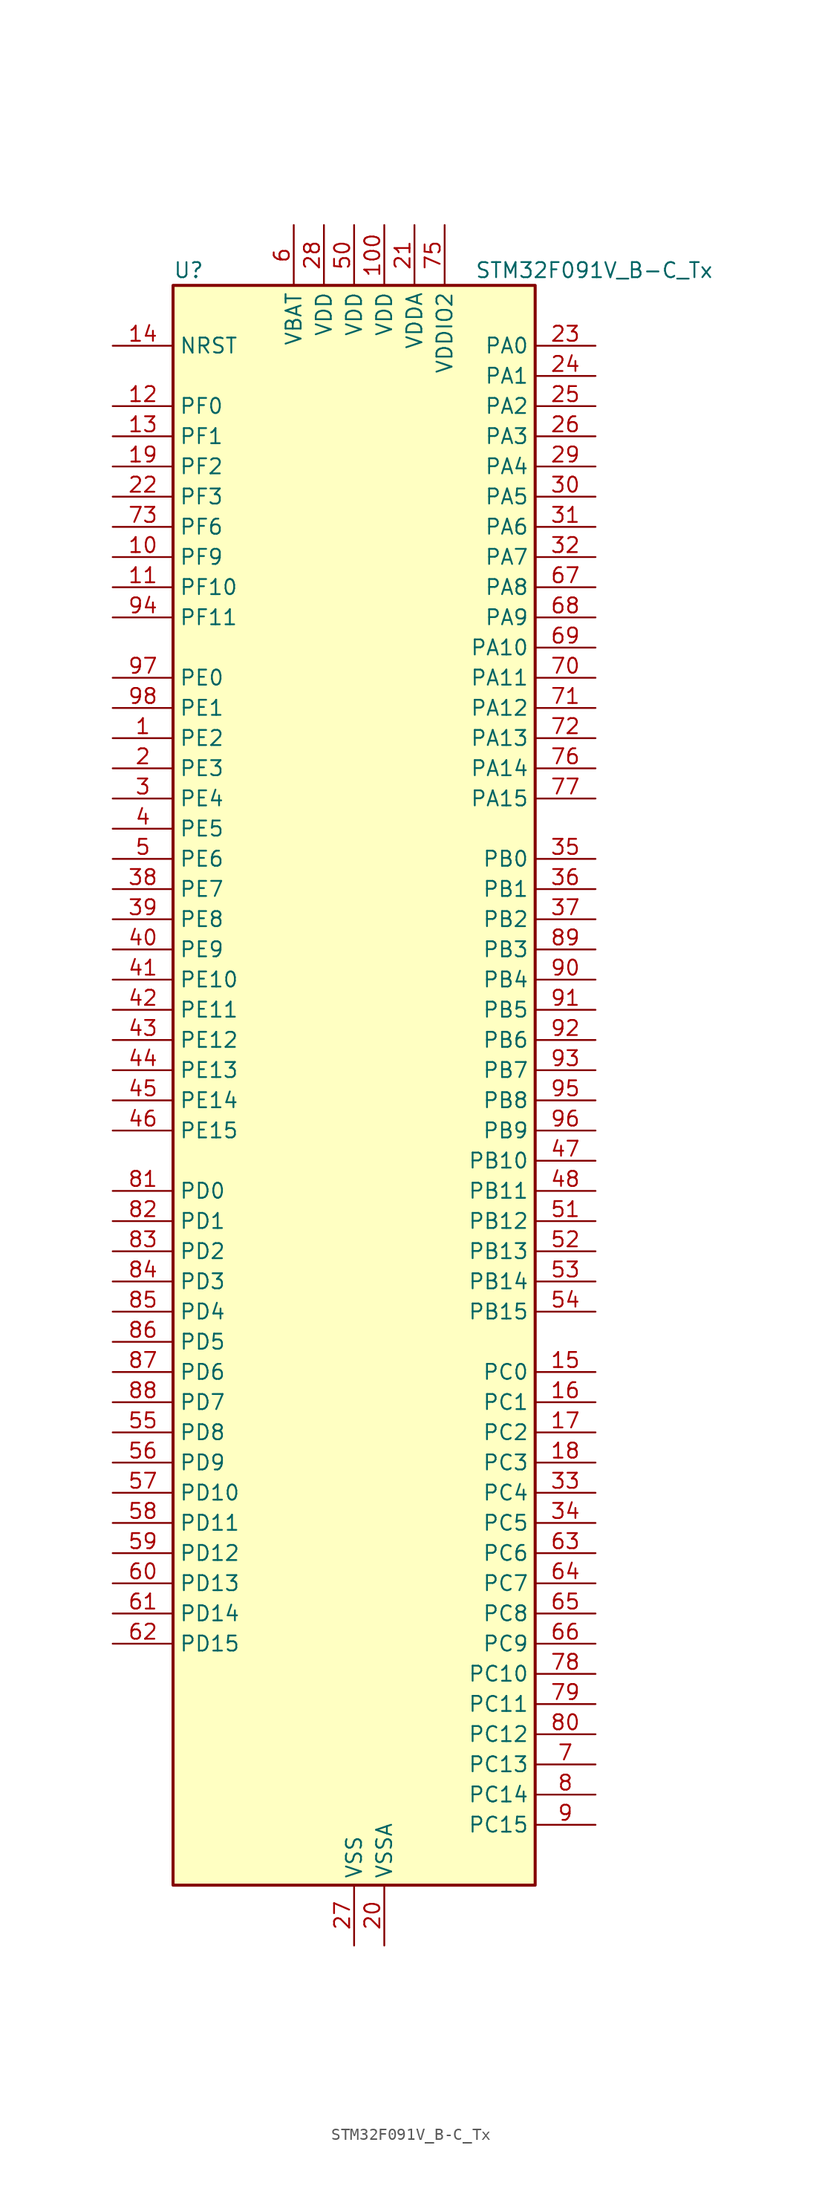
<source format=kicad_sym>
(kicad_symbol_lib
  (version 20241209)
  (generator "kicad_symbol_editor")
  (generator_version "9.0")
  (symbol "STM32F091V_B-C_Tx"
    (property "Reference" "U"
      (at -15.24 69.85 0)
      (effects (font (size 1.27 1.27)) (justify left)))
    (property "Value" "STM32F091V_B-C_Tx"
      (at 10.16 69.85 0)
      (effects (font (size 1.27 1.27)) (justify left)))
    (symbol "STM32F091V_B-C_Tx_0_1"
      (rectangle (start -15.24 -66.04) (end 15.24 68.58) (stroke (width 0.254) (type default)) (fill (type background))))
    (symbol "STM32F091V_B-C_Tx_1_1"
      (pin input line (at -20.32 63.5 0) (length 5.08) (name "NRST" (effects (font (size 1.27 1.27)))) (number "14" (effects (font (size 1.27 1.27)))))
      (pin bidirectional line (at -20.32 58.42 0) (length 5.08) (name "PF0" (effects (font (size 1.27 1.27)))) (number "12" (effects (font (size 1.27 1.27)))) (alternate "CRS_SYNC" bidirectional line) (alternate "I2C1_SDA" bidirectional line) (alternate "RCC_OSC_IN" bidirectional line))
      (pin bidirectional line (at -20.32 55.88 0) (length 5.08) (name "PF1" (effects (font (size 1.27 1.27)))) (number "13" (effects (font (size 1.27 1.27)))) (alternate "I2C1_SCL" bidirectional line) (alternate "RCC_OSC_OUT" bidirectional line))
      (pin bidirectional line (at -20.32 53.34 0) (length 5.08) (name "PF2" (effects (font (size 1.27 1.27)))) (number "19" (effects (font (size 1.27 1.27)))) (alternate "SYS_WKUP8" bidirectional line) (alternate "USART7_CK" bidirectional line) (alternate "USART7_DE" bidirectional line) (alternate "USART7_RTS" bidirectional line) (alternate "USART7_TX" bidirectional line))
      (pin bidirectional line (at -20.32 50.8 0) (length 5.08) (name "PF3" (effects (font (size 1.27 1.27)))) (number "22" (effects (font (size 1.27 1.27)))) (alternate "USART6_CK" bidirectional line) (alternate "USART6_DE" bidirectional line) (alternate "USART6_RTS" bidirectional line) (alternate "USART7_RX" bidirectional line))
      (pin bidirectional line (at -20.32 48.26 0) (length 5.08) (name "PF6" (effects (font (size 1.27 1.27)))) (number "73" (effects (font (size 1.27 1.27)))))
      (pin bidirectional line (at -20.32 45.72 0) (length 5.08) (name "PF9" (effects (font (size 1.27 1.27)))) (number "10" (effects (font (size 1.27 1.27)))) (alternate "DAC_EXTI9" bidirectional line) (alternate "TIM15_CH1" bidirectional line) (alternate "USART6_TX" bidirectional line))
      (pin bidirectional line (at -20.32 43.18 0) (length 5.08) (name "PF10" (effects (font (size 1.27 1.27)))) (number "11" (effects (font (size 1.27 1.27)))) (alternate "TIM15_CH2" bidirectional line) (alternate "USART6_RX" bidirectional line))
      (pin bidirectional line (at -20.32 40.64 0) (length 5.08) (name "PF11" (effects (font (size 1.27 1.27)))) (number "94" (effects (font (size 1.27 1.27)))))
      (pin bidirectional line (at -20.32 35.56 0) (length 5.08) (name "PE0" (effects (font (size 1.27 1.27)))) (number "97" (effects (font (size 1.27 1.27)))) (alternate "TIM16_CH1" bidirectional line))
      (pin bidirectional line (at -20.32 33.02 0) (length 5.08) (name "PE1" (effects (font (size 1.27 1.27)))) (number "98" (effects (font (size 1.27 1.27)))) (alternate "TIM17_CH1" bidirectional line))
      (pin bidirectional line (at -20.32 30.48 0) (length 5.08) (name "PE2" (effects (font (size 1.27 1.27)))) (number "1" (effects (font (size 1.27 1.27)))) (alternate "TIM3_ETR" bidirectional line) (alternate "TSC_G7_IO1" bidirectional line))
      (pin bidirectional line (at -20.32 27.94 0) (length 5.08) (name "PE3" (effects (font (size 1.27 1.27)))) (number "2" (effects (font (size 1.27 1.27)))) (alternate "TIM3_CH1" bidirectional line) (alternate "TSC_G7_IO2" bidirectional line))
      (pin bidirectional line (at -20.32 25.4 0) (length 5.08) (name "PE4" (effects (font (size 1.27 1.27)))) (number "3" (effects (font (size 1.27 1.27)))) (alternate "TIM3_CH2" bidirectional line) (alternate "TSC_G7_IO3" bidirectional line))
      (pin bidirectional line (at -20.32 22.86 0) (length 5.08) (name "PE5" (effects (font (size 1.27 1.27)))) (number "4" (effects (font (size 1.27 1.27)))) (alternate "TIM3_CH3" bidirectional line) (alternate "TSC_G7_IO4" bidirectional line))
      (pin bidirectional line (at -20.32 20.32 0) (length 5.08) (name "PE6" (effects (font (size 1.27 1.27)))) (number "5" (effects (font (size 1.27 1.27)))) (alternate "RTC_TAMP3" bidirectional line) (alternate "SYS_WKUP3" bidirectional line) (alternate "TIM3_CH4" bidirectional line))
      (pin bidirectional line (at -20.32 17.78 0) (length 5.08) (name "PE7" (effects (font (size 1.27 1.27)))) (number "38" (effects (font (size 1.27 1.27)))) (alternate "TIM1_ETR" bidirectional line) (alternate "USART5_CK" bidirectional line) (alternate "USART5_DE" bidirectional line) (alternate "USART5_RTS" bidirectional line))
      (pin bidirectional line (at -20.32 15.24 0) (length 5.08) (name "PE8" (effects (font (size 1.27 1.27)))) (number "39" (effects (font (size 1.27 1.27)))) (alternate "TIM1_CH1N" bidirectional line) (alternate "USART4_TX" bidirectional line))
      (pin bidirectional line (at -20.32 12.7 0) (length 5.08) (name "PE9" (effects (font (size 1.27 1.27)))) (number "40" (effects (font (size 1.27 1.27)))) (alternate "DAC_EXTI9" bidirectional line) (alternate "TIM1_CH1" bidirectional line) (alternate "USART4_RX" bidirectional line))
      (pin bidirectional line (at -20.32 10.16 0) (length 5.08) (name "PE10" (effects (font (size 1.27 1.27)))) (number "41" (effects (font (size 1.27 1.27)))) (alternate "TIM1_CH2N" bidirectional line) (alternate "USART5_TX" bidirectional line))
      (pin bidirectional line (at -20.32 7.62 0) (length 5.08) (name "PE11" (effects (font (size 1.27 1.27)))) (number "42" (effects (font (size 1.27 1.27)))) (alternate "TIM1_CH2" bidirectional line) (alternate "USART5_RX" bidirectional line))
      (pin bidirectional line (at -20.32 5.08 0) (length 5.08) (name "PE12" (effects (font (size 1.27 1.27)))) (number "43" (effects (font (size 1.27 1.27)))) (alternate "I2S1_WS" bidirectional line) (alternate "SPI1_NSS" bidirectional line) (alternate "TIM1_CH3N" bidirectional line))
      (pin bidirectional line (at -20.32 2.54 0) (length 5.08) (name "PE13" (effects (font (size 1.27 1.27)))) (number "44" (effects (font (size 1.27 1.27)))) (alternate "I2S1_CK" bidirectional line) (alternate "SPI1_SCK" bidirectional line) (alternate "TIM1_CH3" bidirectional line))
      (pin bidirectional line (at -20.32 0 0) (length 5.08) (name "PE14" (effects (font (size 1.27 1.27)))) (number "45" (effects (font (size 1.27 1.27)))) (alternate "I2S1_MCK" bidirectional line) (alternate "SPI1_MISO" bidirectional line) (alternate "TIM1_CH4" bidirectional line))
      (pin bidirectional line (at -20.32 -2.54 0) (length 5.08) (name "PE15" (effects (font (size 1.27 1.27)))) (number "46" (effects (font (size 1.27 1.27)))) (alternate "I2S1_SD" bidirectional line) (alternate "SPI1_MOSI" bidirectional line) (alternate "TIM1_BKIN" bidirectional line))
      (pin bidirectional line (at -20.32 -7.62 0) (length 5.08) (name "PD0" (effects (font (size 1.27 1.27)))) (number "81" (effects (font (size 1.27 1.27)))) (alternate "CAN_RX" bidirectional line) (alternate "I2S2_WS" bidirectional line) (alternate "SPI2_NSS" bidirectional line))
      (pin bidirectional line (at -20.32 -10.16 0) (length 5.08) (name "PD1" (effects (font (size 1.27 1.27)))) (number "82" (effects (font (size 1.27 1.27)))) (alternate "CAN_TX" bidirectional line) (alternate "I2S2_CK" bidirectional line) (alternate "SPI2_SCK" bidirectional line))
      (pin bidirectional line (at -20.32 -12.7 0) (length 5.08) (name "PD2" (effects (font (size 1.27 1.27)))) (number "83" (effects (font (size 1.27 1.27)))) (alternate "TIM3_ETR" bidirectional line) (alternate "USART3_DE" bidirectional line) (alternate "USART3_RTS" bidirectional line) (alternate "USART5_RX" bidirectional line))
      (pin bidirectional line (at -20.32 -15.24 0) (length 5.08) (name "PD3" (effects (font (size 1.27 1.27)))) (number "84" (effects (font (size 1.27 1.27)))) (alternate "I2S2_MCK" bidirectional line) (alternate "SPI2_MISO" bidirectional line) (alternate "USART2_CTS" bidirectional line))
      (pin bidirectional line (at -20.32 -17.78 0) (length 5.08) (name "PD4" (effects (font (size 1.27 1.27)))) (number "85" (effects (font (size 1.27 1.27)))) (alternate "I2S2_SD" bidirectional line) (alternate "SPI2_MOSI" bidirectional line) (alternate "USART2_DE" bidirectional line) (alternate "USART2_RTS" bidirectional line))
      (pin bidirectional line (at -20.32 -20.32 0) (length 5.08) (name "PD5" (effects (font (size 1.27 1.27)))) (number "86" (effects (font (size 1.27 1.27)))) (alternate "USART2_TX" bidirectional line))
      (pin bidirectional line (at -20.32 -22.86 0) (length 5.08) (name "PD6" (effects (font (size 1.27 1.27)))) (number "87" (effects (font (size 1.27 1.27)))) (alternate "USART2_RX" bidirectional line))
      (pin bidirectional line (at -20.32 -25.4 0) (length 5.08) (name "PD7" (effects (font (size 1.27 1.27)))) (number "88" (effects (font (size 1.27 1.27)))) (alternate "USART2_CK" bidirectional line))
      (pin bidirectional line (at -20.32 -27.94 0) (length 5.08) (name "PD8" (effects (font (size 1.27 1.27)))) (number "55" (effects (font (size 1.27 1.27)))) (alternate "USART3_TX" bidirectional line))
      (pin bidirectional line (at -20.32 -30.48 0) (length 5.08) (name "PD9" (effects (font (size 1.27 1.27)))) (number "56" (effects (font (size 1.27 1.27)))) (alternate "DAC_EXTI9" bidirectional line) (alternate "USART3_RX" bidirectional line))
      (pin bidirectional line (at -20.32 -33.02 0) (length 5.08) (name "PD10" (effects (font (size 1.27 1.27)))) (number "57" (effects (font (size 1.27 1.27)))) (alternate "USART3_CK" bidirectional line))
      (pin bidirectional line (at -20.32 -35.56 0) (length 5.08) (name "PD11" (effects (font (size 1.27 1.27)))) (number "58" (effects (font (size 1.27 1.27)))) (alternate "USART3_CTS" bidirectional line))
      (pin bidirectional line (at -20.32 -38.1 0) (length 5.08) (name "PD12" (effects (font (size 1.27 1.27)))) (number "59" (effects (font (size 1.27 1.27)))) (alternate "TSC_G8_IO1" bidirectional line) (alternate "USART3_DE" bidirectional line) (alternate "USART3_RTS" bidirectional line) (alternate "USART8_CK" bidirectional line) (alternate "USART8_DE" bidirectional line) (alternate "USART8_RTS" bidirectional line))
      (pin bidirectional line (at -20.32 -40.64 0) (length 5.08) (name "PD13" (effects (font (size 1.27 1.27)))) (number "60" (effects (font (size 1.27 1.27)))) (alternate "TSC_G8_IO2" bidirectional line) (alternate "USART8_TX" bidirectional line))
      (pin bidirectional line (at -20.32 -43.18 0) (length 5.08) (name "PD14" (effects (font (size 1.27 1.27)))) (number "61" (effects (font (size 1.27 1.27)))) (alternate "TSC_G8_IO3" bidirectional line) (alternate "USART8_RX" bidirectional line))
      (pin bidirectional line (at -20.32 -45.72 0) (length 5.08) (name "PD15" (effects (font (size 1.27 1.27)))) (number "62" (effects (font (size 1.27 1.27)))) (alternate "CRS_SYNC" bidirectional line) (alternate "TSC_G8_IO4" bidirectional line) (alternate "USART7_CK" bidirectional line) (alternate "USART7_DE" bidirectional line) (alternate "USART7_RTS" bidirectional line))
      (pin power_in line (at -5.08 73.66 270) (length 5.08) (name "VBAT" (effects (font (size 1.27 1.27)))) (number "6" (effects (font (size 1.27 1.27)))))
      (pin power_in line (at -2.54 73.66 270) (length 5.08) (name "VDD" (effects (font (size 1.27 1.27)))) (number "28" (effects (font (size 1.27 1.27)))))
      (pin power_in line (at 0 73.66 270) (length 5.08) (name "VDD" (effects (font (size 1.27 1.27)))) (number "50" (effects (font (size 1.27 1.27)))))
      (pin power_in line (at 0 -71.12 90) (length 5.08) (name "VSS" (effects (font (size 1.27 1.27)))) (number "27" (effects (font (size 1.27 1.27)))))
      (pin passive line (at 0 -71.12 90) (length 5.08) (hide yes) (name "VSS" (effects (font (size 1.27 1.27)))) (number "49" (effects (font (size 1.27 1.27)))))
      (pin passive line (at 0 -71.12 90) (length 5.08) (hide yes) (name "VSS" (effects (font (size 1.27 1.27)))) (number "74" (effects (font (size 1.27 1.27)))))
      (pin passive line (at 0 -71.12 90) (length 5.08) (hide yes) (name "VSS" (effects (font (size 1.27 1.27)))) (number "99" (effects (font (size 1.27 1.27)))))
      (pin power_in line (at 2.54 73.66 270) (length 5.08) (name "VDD" (effects (font (size 1.27 1.27)))) (number "100" (effects (font (size 1.27 1.27)))))
      (pin power_in line (at 2.54 -71.12 90) (length 5.08) (name "VSSA" (effects (font (size 1.27 1.27)))) (number "20" (effects (font (size 1.27 1.27)))))
      (pin power_in line (at 5.08 73.66 270) (length 5.08) (name "VDDA" (effects (font (size 1.27 1.27)))) (number "21" (effects (font (size 1.27 1.27)))))
      (pin power_in line (at 7.62 73.66 270) (length 5.08) (name "VDDIO2" (effects (font (size 1.27 1.27)))) (number "75" (effects (font (size 1.27 1.27)))))
      (pin bidirectional line (at 20.32 63.5 180) (length 5.08) (name "PA0" (effects (font (size 1.27 1.27)))) (number "23" (effects (font (size 1.27 1.27)))) (alternate "ADC_IN0" bidirectional line) (alternate "COMP1_INM" bidirectional line) (alternate "COMP1_OUT" bidirectional line) (alternate "RTC_TAMP2" bidirectional line) (alternate "SYS_WKUP1" bidirectional line) (alternate "TIM2_CH1" bidirectional line) (alternate "TIM2_ETR" bidirectional line) (alternate "TSC_G1_IO1" bidirectional line) (alternate "USART2_CTS" bidirectional line) (alternate "USART4_TX" bidirectional line))
      (pin bidirectional line (at 20.32 60.96 180) (length 5.08) (name "PA1" (effects (font (size 1.27 1.27)))) (number "24" (effects (font (size 1.27 1.27)))) (alternate "ADC_IN1" bidirectional line) (alternate "COMP1_INP" bidirectional line) (alternate "TIM15_CH1N" bidirectional line) (alternate "TIM2_CH2" bidirectional line) (alternate "TSC_G1_IO2" bidirectional line) (alternate "USART2_DE" bidirectional line) (alternate "USART2_RTS" bidirectional line) (alternate "USART4_RX" bidirectional line))
      (pin bidirectional line (at 20.32 58.42 180) (length 5.08) (name "PA2" (effects (font (size 1.27 1.27)))) (number "25" (effects (font (size 1.27 1.27)))) (alternate "ADC_IN2" bidirectional line) (alternate "COMP2_INM" bidirectional line) (alternate "COMP2_OUT" bidirectional line) (alternate "SYS_WKUP4" bidirectional line) (alternate "TIM15_CH1" bidirectional line) (alternate "TIM2_CH3" bidirectional line) (alternate "TSC_G1_IO3" bidirectional line) (alternate "USART2_TX" bidirectional line))
      (pin bidirectional line (at 20.32 55.88 180) (length 5.08) (name "PA3" (effects (font (size 1.27 1.27)))) (number "26" (effects (font (size 1.27 1.27)))) (alternate "ADC_IN3" bidirectional line) (alternate "COMP2_INP" bidirectional line) (alternate "TIM15_CH2" bidirectional line) (alternate "TIM2_CH4" bidirectional line) (alternate "TSC_G1_IO4" bidirectional line) (alternate "USART2_RX" bidirectional line))
      (pin bidirectional line (at 20.32 53.34 180) (length 5.08) (name "PA4" (effects (font (size 1.27 1.27)))) (number "29" (effects (font (size 1.27 1.27)))) (alternate "ADC_IN4" bidirectional line) (alternate "COMP1_INM" bidirectional line) (alternate "COMP2_INM" bidirectional line) (alternate "DAC_OUT1" bidirectional line) (alternate "I2S1_WS" bidirectional line) (alternate "SPI1_NSS" bidirectional line) (alternate "TIM14_CH1" bidirectional line) (alternate "TSC_G2_IO1" bidirectional line) (alternate "USART2_CK" bidirectional line) (alternate "USART6_TX" bidirectional line))
      (pin bidirectional line (at 20.32 50.8 180) (length 5.08) (name "PA5" (effects (font (size 1.27 1.27)))) (number "30" (effects (font (size 1.27 1.27)))) (alternate "ADC_IN5" bidirectional line) (alternate "CEC" bidirectional line) (alternate "COMP1_INM" bidirectional line) (alternate "COMP2_INM" bidirectional line) (alternate "DAC_OUT2" bidirectional line) (alternate "I2S1_CK" bidirectional line) (alternate "SPI1_SCK" bidirectional line) (alternate "TIM2_CH1" bidirectional line) (alternate "TIM2_ETR" bidirectional line) (alternate "TSC_G2_IO2" bidirectional line) (alternate "USART6_RX" bidirectional line))
      (pin bidirectional line (at 20.32 48.26 180) (length 5.08) (name "PA6" (effects (font (size 1.27 1.27)))) (number "31" (effects (font (size 1.27 1.27)))) (alternate "ADC_IN6" bidirectional line) (alternate "COMP1_OUT" bidirectional line) (alternate "I2S1_MCK" bidirectional line) (alternate "SPI1_MISO" bidirectional line) (alternate "TIM16_CH1" bidirectional line) (alternate "TIM1_BKIN" bidirectional line) (alternate "TIM3_CH1" bidirectional line) (alternate "TSC_G2_IO3" bidirectional line) (alternate "USART3_CTS" bidirectional line))
      (pin bidirectional line (at 20.32 45.72 180) (length 5.08) (name "PA7" (effects (font (size 1.27 1.27)))) (number "32" (effects (font (size 1.27 1.27)))) (alternate "ADC_IN7" bidirectional line) (alternate "COMP2_OUT" bidirectional line) (alternate "I2S1_SD" bidirectional line) (alternate "SPI1_MOSI" bidirectional line) (alternate "TIM14_CH1" bidirectional line) (alternate "TIM17_CH1" bidirectional line) (alternate "TIM1_CH1N" bidirectional line) (alternate "TIM3_CH2" bidirectional line) (alternate "TSC_G2_IO4" bidirectional line))
      (pin bidirectional line (at 20.32 43.18 180) (length 5.08) (name "PA8" (effects (font (size 1.27 1.27)))) (number "67" (effects (font (size 1.27 1.27)))) (alternate "CRS_SYNC" bidirectional line) (alternate "RCC_MCO" bidirectional line) (alternate "TIM1_CH1" bidirectional line) (alternate "USART1_CK" bidirectional line))
      (pin bidirectional line (at 20.32 40.64 180) (length 5.08) (name "PA9" (effects (font (size 1.27 1.27)))) (number "68" (effects (font (size 1.27 1.27)))) (alternate "DAC_EXTI9" bidirectional line) (alternate "I2C1_SCL" bidirectional line) (alternate "RCC_MCO" bidirectional line) (alternate "TIM15_BKIN" bidirectional line) (alternate "TIM1_CH2" bidirectional line) (alternate "TSC_G4_IO1" bidirectional line) (alternate "USART1_TX" bidirectional line))
      (pin bidirectional line (at 20.32 38.1 180) (length 5.08) (name "PA10" (effects (font (size 1.27 1.27)))) (number "69" (effects (font (size 1.27 1.27)))) (alternate "I2C1_SDA" bidirectional line) (alternate "TIM17_BKIN" bidirectional line) (alternate "TIM1_CH3" bidirectional line) (alternate "TSC_G4_IO2" bidirectional line) (alternate "USART1_RX" bidirectional line))
      (pin bidirectional line (at 20.32 35.56 180) (length 5.08) (name "PA11" (effects (font (size 1.27 1.27)))) (number "70" (effects (font (size 1.27 1.27)))) (alternate "CAN_RX" bidirectional line) (alternate "COMP1_OUT" bidirectional line) (alternate "I2C2_SCL" bidirectional line) (alternate "TIM1_CH4" bidirectional line) (alternate "TSC_G4_IO3" bidirectional line) (alternate "USART1_CTS" bidirectional line))
      (pin bidirectional line (at 20.32 33.02 180) (length 5.08) (name "PA12" (effects (font (size 1.27 1.27)))) (number "71" (effects (font (size 1.27 1.27)))) (alternate "CAN_TX" bidirectional line) (alternate "COMP2_OUT" bidirectional line) (alternate "I2C2_SDA" bidirectional line) (alternate "TIM1_ETR" bidirectional line) (alternate "TSC_G4_IO4" bidirectional line) (alternate "USART1_DE" bidirectional line) (alternate "USART1_RTS" bidirectional line))
      (pin bidirectional line (at 20.32 30.48 180) (length 5.08) (name "PA13" (effects (font (size 1.27 1.27)))) (number "72" (effects (font (size 1.27 1.27)))) (alternate "IR_OUT" bidirectional line) (alternate "SYS_SWDIO" bidirectional line))
      (pin bidirectional line (at 20.32 27.94 180) (length 5.08) (name "PA14" (effects (font (size 1.27 1.27)))) (number "76" (effects (font (size 1.27 1.27)))) (alternate "SYS_SWCLK" bidirectional line) (alternate "USART2_TX" bidirectional line))
      (pin bidirectional line (at 20.32 25.4 180) (length 5.08) (name "PA15" (effects (font (size 1.27 1.27)))) (number "77" (effects (font (size 1.27 1.27)))) (alternate "I2S1_WS" bidirectional line) (alternate "SPI1_NSS" bidirectional line) (alternate "TIM2_CH1" bidirectional line) (alternate "TIM2_ETR" bidirectional line) (alternate "USART2_RX" bidirectional line) (alternate "USART4_DE" bidirectional line) (alternate "USART4_RTS" bidirectional line))
      (pin bidirectional line (at 20.32 20.32 180) (length 5.08) (name "PB0" (effects (font (size 1.27 1.27)))) (number "35" (effects (font (size 1.27 1.27)))) (alternate "ADC_IN8" bidirectional line) (alternate "TIM1_CH2N" bidirectional line) (alternate "TIM3_CH3" bidirectional line) (alternate "TSC_G3_IO2" bidirectional line) (alternate "USART3_CK" bidirectional line))
      (pin bidirectional line (at 20.32 17.78 180) (length 5.08) (name "PB1" (effects (font (size 1.27 1.27)))) (number "36" (effects (font (size 1.27 1.27)))) (alternate "ADC_IN9" bidirectional line) (alternate "TIM14_CH1" bidirectional line) (alternate "TIM1_CH3N" bidirectional line) (alternate "TIM3_CH4" bidirectional line) (alternate "TSC_G3_IO3" bidirectional line) (alternate "USART3_DE" bidirectional line) (alternate "USART3_RTS" bidirectional line))
      (pin bidirectional line (at 20.32 15.24 180) (length 5.08) (name "PB2" (effects (font (size 1.27 1.27)))) (number "37" (effects (font (size 1.27 1.27)))) (alternate "TSC_G3_IO4" bidirectional line))
      (pin bidirectional line (at 20.32 12.7 180) (length 5.08) (name "PB3" (effects (font (size 1.27 1.27)))) (number "89" (effects (font (size 1.27 1.27)))) (alternate "I2S1_CK" bidirectional line) (alternate "SPI1_SCK" bidirectional line) (alternate "TIM2_CH2" bidirectional line) (alternate "TSC_G5_IO1" bidirectional line) (alternate "USART5_TX" bidirectional line))
      (pin bidirectional line (at 20.32 10.16 180) (length 5.08) (name "PB4" (effects (font (size 1.27 1.27)))) (number "90" (effects (font (size 1.27 1.27)))) (alternate "I2S1_MCK" bidirectional line) (alternate "SPI1_MISO" bidirectional line) (alternate "TIM17_BKIN" bidirectional line) (alternate "TIM3_CH1" bidirectional line) (alternate "TSC_G5_IO2" bidirectional line) (alternate "USART5_RX" bidirectional line))
      (pin bidirectional line (at 20.32 7.62 180) (length 5.08) (name "PB5" (effects (font (size 1.27 1.27)))) (number "91" (effects (font (size 1.27 1.27)))) (alternate "I2C1_SMBA" bidirectional line) (alternate "I2S1_SD" bidirectional line) (alternate "SPI1_MOSI" bidirectional line) (alternate "SYS_WKUP6" bidirectional line) (alternate "TIM16_BKIN" bidirectional line) (alternate "TIM3_CH2" bidirectional line) (alternate "USART5_CK" bidirectional line) (alternate "USART5_DE" bidirectional line) (alternate "USART5_RTS" bidirectional line))
      (pin bidirectional line (at 20.32 5.08 180) (length 5.08) (name "PB6" (effects (font (size 1.27 1.27)))) (number "92" (effects (font (size 1.27 1.27)))) (alternate "I2C1_SCL" bidirectional line) (alternate "TIM16_CH1N" bidirectional line) (alternate "TSC_G5_IO3" bidirectional line) (alternate "USART1_TX" bidirectional line))
      (pin bidirectional line (at 20.32 2.54 180) (length 5.08) (name "PB7" (effects (font (size 1.27 1.27)))) (number "93" (effects (font (size 1.27 1.27)))) (alternate "I2C1_SDA" bidirectional line) (alternate "TIM17_CH1N" bidirectional line) (alternate "TSC_G5_IO4" bidirectional line) (alternate "USART1_RX" bidirectional line) (alternate "USART4_CTS" bidirectional line))
      (pin bidirectional line (at 20.32 0 180) (length 5.08) (name "PB8" (effects (font (size 1.27 1.27)))) (number "95" (effects (font (size 1.27 1.27)))) (alternate "CAN_RX" bidirectional line) (alternate "CEC" bidirectional line) (alternate "I2C1_SCL" bidirectional line) (alternate "TIM16_CH1" bidirectional line) (alternate "TSC_SYNC" bidirectional line))
      (pin bidirectional line (at 20.32 -2.54 180) (length 5.08) (name "PB9" (effects (font (size 1.27 1.27)))) (number "96" (effects (font (size 1.27 1.27)))) (alternate "CAN_TX" bidirectional line) (alternate "DAC_EXTI9" bidirectional line) (alternate "I2C1_SDA" bidirectional line) (alternate "I2S2_WS" bidirectional line) (alternate "IR_OUT" bidirectional line) (alternate "SPI2_NSS" bidirectional line) (alternate "TIM17_CH1" bidirectional line))
      (pin bidirectional line (at 20.32 -5.08 180) (length 5.08) (name "PB10" (effects (font (size 1.27 1.27)))) (number "47" (effects (font (size 1.27 1.27)))) (alternate "CEC" bidirectional line) (alternate "I2C2_SCL" bidirectional line) (alternate "I2S2_CK" bidirectional line) (alternate "SPI2_SCK" bidirectional line) (alternate "TIM2_CH3" bidirectional line) (alternate "TSC_SYNC" bidirectional line) (alternate "USART3_TX" bidirectional line))
      (pin bidirectional line (at 20.32 -7.62 180) (length 5.08) (name "PB11" (effects (font (size 1.27 1.27)))) (number "48" (effects (font (size 1.27 1.27)))) (alternate "I2C2_SDA" bidirectional line) (alternate "TIM2_CH4" bidirectional line) (alternate "TSC_G6_IO1" bidirectional line) (alternate "USART3_RX" bidirectional line))
      (pin bidirectional line (at 20.32 -10.16 180) (length 5.08) (name "PB12" (effects (font (size 1.27 1.27)))) (number "51" (effects (font (size 1.27 1.27)))) (alternate "I2S2_WS" bidirectional line) (alternate "SPI2_NSS" bidirectional line) (alternate "TIM15_BKIN" bidirectional line) (alternate "TIM1_BKIN" bidirectional line) (alternate "TSC_G6_IO2" bidirectional line) (alternate "USART3_CK" bidirectional line))
      (pin bidirectional line (at 20.32 -12.7 180) (length 5.08) (name "PB13" (effects (font (size 1.27 1.27)))) (number "52" (effects (font (size 1.27 1.27)))) (alternate "I2C2_SCL" bidirectional line) (alternate "I2S2_CK" bidirectional line) (alternate "SPI2_SCK" bidirectional line) (alternate "TIM1_CH1N" bidirectional line) (alternate "TSC_G6_IO3" bidirectional line) (alternate "USART3_CTS" bidirectional line))
      (pin bidirectional line (at 20.32 -15.24 180) (length 5.08) (name "PB14" (effects (font (size 1.27 1.27)))) (number "53" (effects (font (size 1.27 1.27)))) (alternate "I2C2_SDA" bidirectional line) (alternate "I2S2_MCK" bidirectional line) (alternate "SPI2_MISO" bidirectional line) (alternate "TIM15_CH1" bidirectional line) (alternate "TIM1_CH2N" bidirectional line) (alternate "TSC_G6_IO4" bidirectional line) (alternate "USART3_DE" bidirectional line) (alternate "USART3_RTS" bidirectional line))
      (pin bidirectional line (at 20.32 -17.78 180) (length 5.08) (name "PB15" (effects (font (size 1.27 1.27)))) (number "54" (effects (font (size 1.27 1.27)))) (alternate "I2S2_SD" bidirectional line) (alternate "RTC_REFIN" bidirectional line) (alternate "SPI2_MOSI" bidirectional line) (alternate "SYS_WKUP7" bidirectional line) (alternate "TIM15_CH1N" bidirectional line) (alternate "TIM15_CH2" bidirectional line) (alternate "TIM1_CH3N" bidirectional line))
      (pin bidirectional line (at 20.32 -22.86 180) (length 5.08) (name "PC0" (effects (font (size 1.27 1.27)))) (number "15" (effects (font (size 1.27 1.27)))) (alternate "ADC_IN10" bidirectional line) (alternate "USART6_TX" bidirectional line) (alternate "USART7_TX" bidirectional line))
      (pin bidirectional line (at 20.32 -25.4 180) (length 5.08) (name "PC1" (effects (font (size 1.27 1.27)))) (number "16" (effects (font (size 1.27 1.27)))) (alternate "ADC_IN11" bidirectional line) (alternate "USART6_RX" bidirectional line) (alternate "USART7_RX" bidirectional line))
      (pin bidirectional line (at 20.32 -27.94 180) (length 5.08) (name "PC2" (effects (font (size 1.27 1.27)))) (number "17" (effects (font (size 1.27 1.27)))) (alternate "ADC_IN12" bidirectional line) (alternate "I2S2_MCK" bidirectional line) (alternate "SPI2_MISO" bidirectional line) (alternate "USART8_TX" bidirectional line))
      (pin bidirectional line (at 20.32 -30.48 180) (length 5.08) (name "PC3" (effects (font (size 1.27 1.27)))) (number "18" (effects (font (size 1.27 1.27)))) (alternate "ADC_IN13" bidirectional line) (alternate "I2S2_SD" bidirectional line) (alternate "SPI2_MOSI" bidirectional line) (alternate "USART8_RX" bidirectional line))
      (pin bidirectional line (at 20.32 -33.02 180) (length 5.08) (name "PC4" (effects (font (size 1.27 1.27)))) (number "33" (effects (font (size 1.27 1.27)))) (alternate "ADC_IN14" bidirectional line) (alternate "USART3_TX" bidirectional line))
      (pin bidirectional line (at 20.32 -35.56 180) (length 5.08) (name "PC5" (effects (font (size 1.27 1.27)))) (number "34" (effects (font (size 1.27 1.27)))) (alternate "ADC_IN15" bidirectional line) (alternate "SYS_WKUP5" bidirectional line) (alternate "TSC_G3_IO1" bidirectional line) (alternate "USART3_RX" bidirectional line))
      (pin bidirectional line (at 20.32 -38.1 180) (length 5.08) (name "PC6" (effects (font (size 1.27 1.27)))) (number "63" (effects (font (size 1.27 1.27)))) (alternate "TIM3_CH1" bidirectional line) (alternate "USART7_TX" bidirectional line))
      (pin bidirectional line (at 20.32 -40.64 180) (length 5.08) (name "PC7" (effects (font (size 1.27 1.27)))) (number "64" (effects (font (size 1.27 1.27)))) (alternate "TIM3_CH2" bidirectional line) (alternate "USART7_RX" bidirectional line))
      (pin bidirectional line (at 20.32 -43.18 180) (length 5.08) (name "PC8" (effects (font (size 1.27 1.27)))) (number "65" (effects (font (size 1.27 1.27)))) (alternate "TIM3_CH3" bidirectional line) (alternate "USART8_TX" bidirectional line))
      (pin bidirectional line (at 20.32 -45.72 180) (length 5.08) (name "PC9" (effects (font (size 1.27 1.27)))) (number "66" (effects (font (size 1.27 1.27)))) (alternate "DAC_EXTI9" bidirectional line) (alternate "TIM3_CH4" bidirectional line) (alternate "USART8_RX" bidirectional line))
      (pin bidirectional line (at 20.32 -48.26 180) (length 5.08) (name "PC10" (effects (font (size 1.27 1.27)))) (number "78" (effects (font (size 1.27 1.27)))) (alternate "USART3_TX" bidirectional line) (alternate "USART4_TX" bidirectional line))
      (pin bidirectional line (at 20.32 -50.8 180) (length 5.08) (name "PC11" (effects (font (size 1.27 1.27)))) (number "79" (effects (font (size 1.27 1.27)))) (alternate "USART3_RX" bidirectional line) (alternate "USART4_RX" bidirectional line))
      (pin bidirectional line (at 20.32 -53.34 180) (length 5.08) (name "PC12" (effects (font (size 1.27 1.27)))) (number "80" (effects (font (size 1.27 1.27)))) (alternate "USART3_CK" bidirectional line) (alternate "USART4_CK" bidirectional line) (alternate "USART5_TX" bidirectional line))
      (pin bidirectional line (at 20.32 -55.88 180) (length 5.08) (name "PC13" (effects (font (size 1.27 1.27)))) (number "7" (effects (font (size 1.27 1.27)))) (alternate "RTC_OUT_ALARM" bidirectional line) (alternate "RTC_OUT_CALIB" bidirectional line) (alternate "RTC_TAMP1" bidirectional line) (alternate "RTC_TS" bidirectional line) (alternate "SYS_WKUP2" bidirectional line))
      (pin bidirectional line (at 20.32 -58.42 180) (length 5.08) (name "PC14" (effects (font (size 1.27 1.27)))) (number "8" (effects (font (size 1.27 1.27)))) (alternate "RCC_OSC32_IN" bidirectional line))
      (pin bidirectional line (at 20.32 -60.96 180) (length 5.08) (name "PC15" (effects (font (size 1.27 1.27)))) (number "9" (effects (font (size 1.27 1.27)))) (alternate "RCC_OSC32_OUT" bidirectional line)))))
</source>
